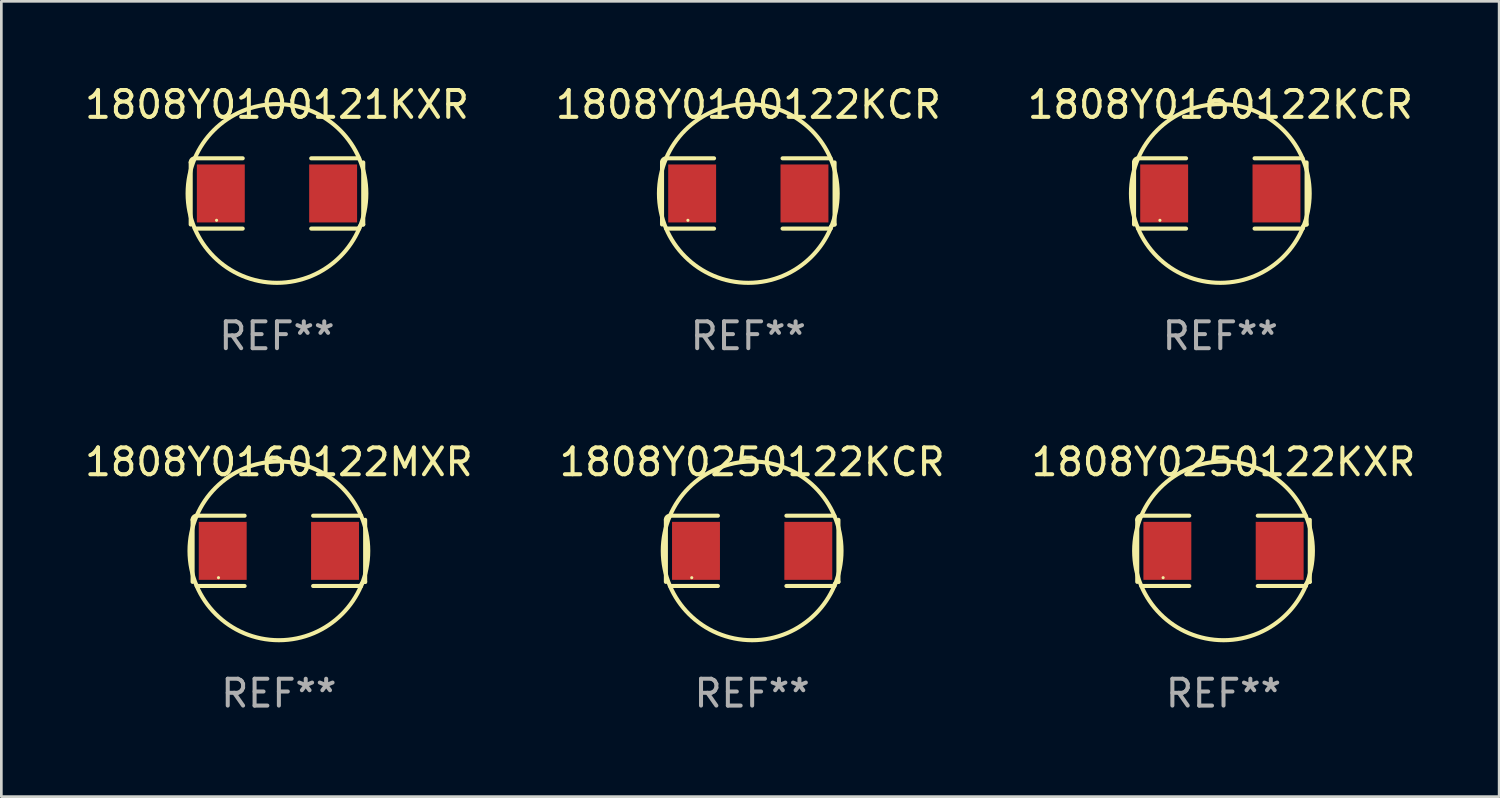
<source format=kicad_pcb>
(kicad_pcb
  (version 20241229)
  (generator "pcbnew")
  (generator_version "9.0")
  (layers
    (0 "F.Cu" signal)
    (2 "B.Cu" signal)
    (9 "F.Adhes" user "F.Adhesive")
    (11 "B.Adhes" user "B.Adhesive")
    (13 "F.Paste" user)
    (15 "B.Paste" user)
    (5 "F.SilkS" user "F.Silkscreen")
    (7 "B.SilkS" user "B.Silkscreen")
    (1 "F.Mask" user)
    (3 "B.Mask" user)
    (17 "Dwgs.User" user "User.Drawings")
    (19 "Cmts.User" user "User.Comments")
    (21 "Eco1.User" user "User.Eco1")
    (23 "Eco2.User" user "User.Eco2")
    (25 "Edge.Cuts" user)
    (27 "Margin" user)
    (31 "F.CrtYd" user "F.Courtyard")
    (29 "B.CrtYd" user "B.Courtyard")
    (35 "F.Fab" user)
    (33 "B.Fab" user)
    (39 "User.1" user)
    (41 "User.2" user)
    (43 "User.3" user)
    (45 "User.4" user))
  (footprint "1808Y0250122KCR"
    (layer "F.Cu")
    (at 24.97 17.471)
    (property "Reference" "1808Y0250122KCR" (at 0 -3.309 0) (layer "F.SilkS") (effects (font (size 1 1) (thickness 0.15))))
    (attr through_hole)
    (fp_line (start -3.214 -1.156) (end -3.214 1.156) (stroke (width 0.152) (type solid)) (layer "F.SilkS"))
    (fp_line (start -3.061 1.309) (end -1.276 1.309) (stroke (width 0.152) (type solid)) (layer "F.SilkS"))
    (fp_line (start -1.276 -1.309) (end -3.061 -1.309) (stroke (width 0.152) (type solid)) (layer "F.SilkS"))
    (fp_line (start 1.276 -1.309) (end 3.061 -1.309) (stroke (width 0.152) (type solid)) (layer "F.SilkS"))
    (fp_line (start 3.061 1.309) (end 1.276 1.309) (stroke (width 0.152) (type solid)) (layer "F.SilkS"))
    (fp_line (start 3.214 -1.156) (end 3.214 1.156) (stroke (width 0.152) (type solid)) (layer "F.SilkS"))
    (fp_arc (start -3.21359 -1.15621) (mid -3.168953 -1.263974) (end -3.061189 -1.308611) (stroke (width 0.1524) (type solid)) (layer "F.SilkS"))
    (fp_arc (start 3.061188 1.308611) (mid 3.105825 1.200847) (end 3.213589 1.15621) (stroke (width 0.1524) (type solid)) (layer "F.SilkS"))
    (fp_arc (start 3.061189 -1.308611) (mid -3.061167 1.308589) (end 3.061189 -1.308611) (stroke (width 0.1524) (type solid)) (layer "F.SilkS"))
    (fp_circle (center -2.25 1) (end -2.22 1) (stroke (width 0.06) (type solid)) (fill no) (layer "F.SilkS"))
    (fp_text user "REF**" (at 0 5.309 0) (layer "F.Fab") (effects (font (size 1 1) (thickness 0.15))))
    (pad "1" smd rect (at -2.092 0) (size 1.785 2.16) (layers "F.Cu" "F.Mask" "F.Paste"))
    (pad "2" smd rect (at 2.092 0) (size 1.785 2.16) (layers "F.Cu" "F.Mask" "F.Paste")))
  (footprint "1808Y0100121KXR"
    (layer "F.Cu")
    (at 7.268 4.157)
    (property "Reference" "1808Y0100121KXR" (at 0 -3.309 0) (layer "F.SilkS") (effects (font (size 1 1) (thickness 0.15))))
    (attr through_hole)
    (fp_line (start -3.214 -1.156) (end -3.214 1.156) (stroke (width 0.152) (type solid)) (layer "F.SilkS"))
    (fp_line (start -3.061 1.309) (end -1.276 1.309) (stroke (width 0.152) (type solid)) (layer "F.SilkS"))
    (fp_line (start -1.276 -1.309) (end -3.061 -1.309) (stroke (width 0.152) (type solid)) (layer "F.SilkS"))
    (fp_line (start 1.276 -1.309) (end 3.061 -1.309) (stroke (width 0.152) (type solid)) (layer "F.SilkS"))
    (fp_line (start 3.061 1.309) (end 1.276 1.309) (stroke (width 0.152) (type solid)) (layer "F.SilkS"))
    (fp_line (start 3.214 -1.156) (end 3.214 1.156) (stroke (width 0.152) (type solid)) (layer "F.SilkS"))
    (fp_arc (start -3.21359 -1.15621) (mid -3.168953 -1.263974) (end -3.061189 -1.308611) (stroke (width 0.1524) (type solid)) (layer "F.SilkS"))
    (fp_arc (start 3.061188 1.308611) (mid 3.105825 1.200847) (end 3.213589 1.15621) (stroke (width 0.1524) (type solid)) (layer "F.SilkS"))
    (fp_arc (start 3.061189 -1.308611) (mid -3.061167 1.308589) (end 3.061189 -1.308611) (stroke (width 0.1524) (type solid)) (layer "F.SilkS"))
    (fp_circle (center -2.25 1) (end -2.22 1) (stroke (width 0.06) (type solid)) (fill no) (layer "F.SilkS"))
    (fp_text user "REF**" (at 0 5.309 0) (layer "F.Fab") (effects (font (size 1 1) (thickness 0.15))))
    (pad "1" smd rect (at -2.092 0) (size 1.785 2.16) (layers "F.Cu" "F.Mask" "F.Paste"))
    (pad "2" smd rect (at 2.092 0) (size 1.785 2.16) (layers "F.Cu" "F.Mask" "F.Paste")))
  (footprint "1808Y0250122KXR"
    (layer "F.Cu")
    (at 42.53 17.471)
    (property "Reference" "1808Y0250122KXR" (at 0 -3.309 0) (layer "F.SilkS") (effects (font (size 1 1) (thickness 0.15))))
    (attr through_hole)
    (fp_line (start -3.214 -1.156) (end -3.214 1.156) (stroke (width 0.152) (type solid)) (layer "F.SilkS"))
    (fp_line (start -3.061 1.309) (end -1.276 1.309) (stroke (width 0.152) (type solid)) (layer "F.SilkS"))
    (fp_line (start -1.276 -1.309) (end -3.061 -1.309) (stroke (width 0.152) (type solid)) (layer "F.SilkS"))
    (fp_line (start 1.276 -1.309) (end 3.061 -1.309) (stroke (width 0.152) (type solid)) (layer "F.SilkS"))
    (fp_line (start 3.061 1.309) (end 1.276 1.309) (stroke (width 0.152) (type solid)) (layer "F.SilkS"))
    (fp_line (start 3.214 -1.156) (end 3.214 1.156) (stroke (width 0.152) (type solid)) (layer "F.SilkS"))
    (fp_arc (start -3.21359 -1.15621) (mid -3.168953 -1.263974) (end -3.061189 -1.308611) (stroke (width 0.1524) (type solid)) (layer "F.SilkS"))
    (fp_arc (start 3.061188 1.308611) (mid 3.105825 1.200847) (end 3.213589 1.15621) (stroke (width 0.1524) (type solid)) (layer "F.SilkS"))
    (fp_arc (start 3.061189 -1.308611) (mid -3.061167 1.308589) (end 3.061189 -1.308611) (stroke (width 0.1524) (type solid)) (layer "F.SilkS"))
    (fp_circle (center -2.25 1) (end -2.22 1) (stroke (width 0.06) (type solid)) (fill no) (layer "F.SilkS"))
    (fp_text user "REF**" (at 0 5.309 0) (layer "F.Fab") (effects (font (size 1 1) (thickness 0.15))))
    (pad "1" smd rect (at -2.092 0) (size 1.785 2.16) (layers "F.Cu" "F.Mask" "F.Paste"))
    (pad "2" smd rect (at 2.092 0) (size 1.785 2.16) (layers "F.Cu" "F.Mask" "F.Paste")))
  (footprint "1808Y0160122KCR"
    (layer "F.Cu")
    (at 42.411 4.157)
    (property "Reference" "1808Y0160122KCR" (at 0 -3.309 0) (layer "F.SilkS") (effects (font (size 1 1) (thickness 0.15))))
    (attr through_hole)
    (fp_line (start -3.214 -1.156) (end -3.214 1.156) (stroke (width 0.152) (type solid)) (layer "F.SilkS"))
    (fp_line (start -3.061 1.309) (end -1.276 1.309) (stroke (width 0.152) (type solid)) (layer "F.SilkS"))
    (fp_line (start -1.276 -1.309) (end -3.061 -1.309) (stroke (width 0.152) (type solid)) (layer "F.SilkS"))
    (fp_line (start 1.276 -1.309) (end 3.061 -1.309) (stroke (width 0.152) (type solid)) (layer "F.SilkS"))
    (fp_line (start 3.061 1.309) (end 1.276 1.309) (stroke (width 0.152) (type solid)) (layer "F.SilkS"))
    (fp_line (start 3.214 -1.156) (end 3.214 1.156) (stroke (width 0.152) (type solid)) (layer "F.SilkS"))
    (fp_arc (start -3.21359 -1.15621) (mid -3.168953 -1.263974) (end -3.061189 -1.308611) (stroke (width 0.1524) (type solid)) (layer "F.SilkS"))
    (fp_arc (start 3.061188 1.308611) (mid 3.105825 1.200847) (end 3.213589 1.15621) (stroke (width 0.1524) (type solid)) (layer "F.SilkS"))
    (fp_arc (start 3.061189 -1.308611) (mid -3.061167 1.308589) (end 3.061189 -1.308611) (stroke (width 0.1524) (type solid)) (layer "F.SilkS"))
    (fp_circle (center -2.25 1) (end -2.22 1) (stroke (width 0.06) (type solid)) (fill no) (layer "F.SilkS"))
    (fp_text user "REF**" (at 0 5.309 0) (layer "F.Fab") (effects (font (size 1 1) (thickness 0.15))))
    (pad "1" smd rect (at -2.092 0) (size 1.785 2.16) (layers "F.Cu" "F.Mask" "F.Paste"))
    (pad "2" smd rect (at 2.092 0) (size 1.785 2.16) (layers "F.Cu" "F.Mask" "F.Paste")))
  (footprint "1808Y0160122MXR"
    (layer "F.Cu")
    (at 7.339 17.471)
    (property "Reference" "1808Y0160122MXR" (at 0 -3.309 0) (layer "F.SilkS") (effects (font (size 1 1) (thickness 0.15))))
    (attr through_hole)
    (fp_line (start -3.214 -1.156) (end -3.214 1.156) (stroke (width 0.152) (type solid)) (layer "F.SilkS"))
    (fp_line (start -3.061 1.309) (end -1.276 1.309) (stroke (width 0.152) (type solid)) (layer "F.SilkS"))
    (fp_line (start -1.276 -1.309) (end -3.061 -1.309) (stroke (width 0.152) (type solid)) (layer "F.SilkS"))
    (fp_line (start 1.276 -1.309) (end 3.061 -1.309) (stroke (width 0.152) (type solid)) (layer "F.SilkS"))
    (fp_line (start 3.061 1.309) (end 1.276 1.309) (stroke (width 0.152) (type solid)) (layer "F.SilkS"))
    (fp_line (start 3.214 -1.156) (end 3.214 1.156) (stroke (width 0.152) (type solid)) (layer "F.SilkS"))
    (fp_arc (start -3.21359 -1.15621) (mid -3.168953 -1.263974) (end -3.061189 -1.308611) (stroke (width 0.1524) (type solid)) (layer "F.SilkS"))
    (fp_arc (start 3.061188 1.308611) (mid 3.105825 1.200847) (end 3.213589 1.15621) (stroke (width 0.1524) (type solid)) (layer "F.SilkS"))
    (fp_arc (start 3.061189 -1.308611) (mid -3.061167 1.308589) (end 3.061189 -1.308611) (stroke (width 0.1524) (type solid)) (layer "F.SilkS"))
    (fp_circle (center -2.25 1) (end -2.22 1) (stroke (width 0.06) (type solid)) (fill no) (layer "F.SilkS"))
    (fp_text user "REF**" (at 0 5.309 0) (layer "F.Fab") (effects (font (size 1 1) (thickness 0.15))))
    (pad "1" smd rect (at -2.092 0) (size 1.785 2.16) (layers "F.Cu" "F.Mask" "F.Paste"))
    (pad "2" smd rect (at 2.092 0) (size 1.785 2.16) (layers "F.Cu" "F.Mask" "F.Paste")))
  (footprint "1808Y0100122KCR"
    (layer "F.Cu")
    (at 24.827 4.157)
    (property "Reference" "1808Y0100122KCR" (at 0 -3.309 0) (layer "F.SilkS") (effects (font (size 1 1) (thickness 0.15))))
    (attr through_hole)
    (fp_line (start -3.214 -1.156) (end -3.214 1.156) (stroke (width 0.152) (type solid)) (layer "F.SilkS"))
    (fp_line (start -3.061 1.309) (end -1.276 1.309) (stroke (width 0.152) (type solid)) (layer "F.SilkS"))
    (fp_line (start -1.276 -1.309) (end -3.061 -1.309) (stroke (width 0.152) (type solid)) (layer "F.SilkS"))
    (fp_line (start 1.276 -1.309) (end 3.061 -1.309) (stroke (width 0.152) (type solid)) (layer "F.SilkS"))
    (fp_line (start 3.061 1.309) (end 1.276 1.309) (stroke (width 0.152) (type solid)) (layer "F.SilkS"))
    (fp_line (start 3.214 -1.156) (end 3.214 1.156) (stroke (width 0.152) (type solid)) (layer "F.SilkS"))
    (fp_arc (start -3.21359 -1.15621) (mid -3.168953 -1.263974) (end -3.061189 -1.308611) (stroke (width 0.1524) (type solid)) (layer "F.SilkS"))
    (fp_arc (start 3.061188 1.308611) (mid 3.105825 1.200847) (end 3.213589 1.15621) (stroke (width 0.1524) (type solid)) (layer "F.SilkS"))
    (fp_arc (start 3.061189 -1.308611) (mid -3.061167 1.308589) (end 3.061189 -1.308611) (stroke (width 0.1524) (type solid)) (layer "F.SilkS"))
    (fp_circle (center -2.25 1) (end -2.22 1) (stroke (width 0.06) (type solid)) (fill no) (layer "F.SilkS"))
    (fp_text user "REF**" (at 0 5.309 0) (layer "F.Fab") (effects (font (size 1 1) (thickness 0.15))))
    (pad "1" smd rect (at -2.092 0) (size 1.785 2.16) (layers "F.Cu" "F.Mask" "F.Paste"))
    (pad "2" smd rect (at 2.092 0) (size 1.785 2.16) (layers "F.Cu" "F.Mask" "F.Paste")))
  (gr_rect
    (start -3 -3)
    (end 52.798 26.627)
    (stroke (width 0.1) (type default))
    (fill no)
    (layer "Edge.Cuts")))
</source>
